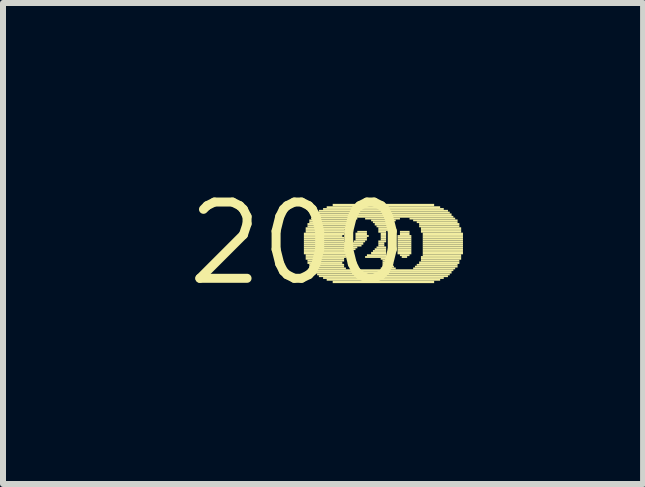
<source format=kicad_pcb>
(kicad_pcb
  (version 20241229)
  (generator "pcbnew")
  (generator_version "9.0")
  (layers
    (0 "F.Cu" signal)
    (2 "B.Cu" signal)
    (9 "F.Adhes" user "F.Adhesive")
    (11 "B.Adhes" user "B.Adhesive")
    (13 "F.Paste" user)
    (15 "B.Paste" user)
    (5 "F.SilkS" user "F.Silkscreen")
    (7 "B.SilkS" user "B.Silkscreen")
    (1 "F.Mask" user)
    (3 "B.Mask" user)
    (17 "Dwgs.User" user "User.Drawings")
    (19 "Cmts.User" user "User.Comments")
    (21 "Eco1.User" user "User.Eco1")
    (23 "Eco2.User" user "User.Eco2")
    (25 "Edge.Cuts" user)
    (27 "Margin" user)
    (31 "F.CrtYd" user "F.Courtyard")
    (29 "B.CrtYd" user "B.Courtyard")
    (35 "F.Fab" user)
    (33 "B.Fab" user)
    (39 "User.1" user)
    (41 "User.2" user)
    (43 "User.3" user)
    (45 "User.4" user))
  (footprint "200"
    (layer "F.Cu")
    (at 1.912 1.006)
    (property "Reference" "200" (at 0 0 0) (layer "F.SilkS") (effects (font (size 1.27 1.27) (thickness 0.15))))
    (fp_poly (pts (xy 0.1 -0.14) (xy 0.77 -0.14) (xy 0.77 -0.18) (xy 0.1 -0.18)) (stroke (width 0) (type default)) (fill yes) (layer "F.SilkS"))
    (fp_poly (pts (xy 0.1 -0.11) (xy 0.74 -0.11) (xy 0.74 -0.14) (xy 0.1 -0.14)) (stroke (width 0) (type default)) (fill yes) (layer "F.SilkS"))
    (fp_poly (pts (xy 0.1 -0.08) (xy 0.77 -0.08) (xy 0.77 -0.11) (xy 0.1 -0.11)) (stroke (width 0) (type default)) (fill yes) (layer "F.SilkS"))
    (fp_poly (pts (xy 0.1 -0.05) (xy 0.77 -0.05) (xy 0.77 -0.08) (xy 0.1 -0.08)) (stroke (width 0) (type default)) (fill yes) (layer "F.SilkS"))
    (fp_poly (pts (xy 0.1 -0.02) (xy 0.77 -0.02) (xy 0.77 -0.05) (xy 0.1 -0.05)) (stroke (width 0) (type default)) (fill yes) (layer "F.SilkS"))
    (fp_poly (pts (xy 0.1 0.02) (xy 1.09 0.02) (xy 1.09 -0.02) (xy 0.1 -0.02)) (stroke (width 0) (type default)) (fill yes) (layer "F.SilkS"))
    (fp_poly (pts (xy 0.1 0.05) (xy 1.06 0.05) (xy 1.06 0.02) (xy 0.1 0.02)) (stroke (width 0) (type default)) (fill yes) (layer "F.SilkS"))
    (fp_poly (pts (xy 0.1 0.08) (xy 0.99 0.08) (xy 0.99 0.05) (xy 0.1 0.05)) (stroke (width 0) (type default)) (fill yes) (layer "F.SilkS"))
    (fp_poly (pts (xy 0.1 0.11) (xy 0.96 0.11) (xy 0.96 0.08) (xy 0.1 0.08)) (stroke (width 0) (type default)) (fill yes) (layer "F.SilkS"))
    (fp_poly (pts (xy 0.1 0.14) (xy 0.9 0.14) (xy 0.9 0.11) (xy 0.1 0.11)) (stroke (width 0) (type default)) (fill yes) (layer "F.SilkS"))
    (fp_poly (pts (xy 0.1 0.18) (xy 0.86 0.18) (xy 0.86 0.14) (xy 0.1 0.14)) (stroke (width 0) (type default)) (fill yes) (layer "F.SilkS"))
    (fp_poly (pts (xy 0.13 -0.24) (xy 0.8 -0.24) (xy 0.8 -0.27) (xy 0.13 -0.27)) (stroke (width 0) (type default)) (fill yes) (layer "F.SilkS"))
    (fp_poly (pts (xy 0.13 -0.21) (xy 0.77 -0.21) (xy 0.77 -0.24) (xy 0.13 -0.24)) (stroke (width 0) (type default)) (fill yes) (layer "F.SilkS"))
    (fp_poly (pts (xy 0.13 -0.18) (xy 0.77 -0.18) (xy 0.77 -0.21) (xy 0.13 -0.21)) (stroke (width 0) (type default)) (fill yes) (layer "F.SilkS"))
    (fp_poly (pts (xy 0.13 0.21) (xy 0.83 0.21) (xy 0.83 0.18) (xy 0.13 0.18)) (stroke (width 0) (type default)) (fill yes) (layer "F.SilkS"))
    (fp_poly (pts (xy 0.13 0.24) (xy 0.8 0.24) (xy 0.8 0.21) (xy 0.13 0.21)) (stroke (width 0) (type default)) (fill yes) (layer "F.SilkS"))
    (fp_poly (pts (xy 0.13 0.27) (xy 0.77 0.27) (xy 0.77 0.24) (xy 0.13 0.24)) (stroke (width 0) (type default)) (fill yes) (layer "F.SilkS"))
    (fp_poly (pts (xy 0.16 -0.3) (xy 0.83 -0.3) (xy 0.83 -0.34) (xy 0.16 -0.34)) (stroke (width 0) (type default)) (fill yes) (layer "F.SilkS"))
    (fp_poly (pts (xy 0.16 -0.27) (xy 0.8 -0.27) (xy 0.8 -0.3) (xy 0.16 -0.3)) (stroke (width 0) (type default)) (fill yes) (layer "F.SilkS"))
    (fp_poly (pts (xy 0.16 0.3) (xy 0.77 0.3) (xy 0.77 0.27) (xy 0.16 0.27)) (stroke (width 0) (type default)) (fill yes) (layer "F.SilkS"))
    (fp_poly (pts (xy 0.16 0.34) (xy 0.74 0.34) (xy 0.74 0.3) (xy 0.16 0.3)) (stroke (width 0) (type default)) (fill yes) (layer "F.SilkS"))
    (fp_poly (pts (xy 0.19 -0.37) (xy 0.9 -0.37) (xy 0.9 -0.4) (xy 0.19 -0.4)) (stroke (width 0) (type default)) (fill yes) (layer "F.SilkS"))
    (fp_poly (pts (xy 0.19 -0.34) (xy 0.86 -0.34) (xy 0.86 -0.37) (xy 0.19 -0.37)) (stroke (width 0) (type default)) (fill yes) (layer "F.SilkS"))
    (fp_poly (pts (xy 0.19 0.37) (xy 0.77 0.37) (xy 0.77 0.34) (xy 0.19 0.34)) (stroke (width 0) (type default)) (fill yes) (layer "F.SilkS"))
    (fp_poly (pts (xy 0.19 0.4) (xy 0.77 0.4) (xy 0.77 0.37) (xy 0.19 0.37)) (stroke (width 0) (type default)) (fill yes) (layer "F.SilkS"))
    (fp_poly (pts (xy 0.22 -0.4) (xy 0.99 -0.4) (xy 0.99 -0.43) (xy 0.22 -0.43)) (stroke (width 0) (type default)) (fill yes) (layer "F.SilkS"))
    (fp_poly (pts (xy 0.22 0.43) (xy 0.8 0.43) (xy 0.8 0.4) (xy 0.22 0.4)) (stroke (width 0) (type default)) (fill yes) (layer "F.SilkS"))
    (fp_poly (pts (xy 0.26 -0.43) (xy 2.59 -0.43) (xy 2.59 -0.46) (xy 0.26 -0.46)) (stroke (width 0) (type default)) (fill yes) (layer "F.SilkS"))
    (fp_poly (pts (xy 0.26 0.46) (xy 2.59 0.46) (xy 2.59 0.43) (xy 0.26 0.43)) (stroke (width 0) (type default)) (fill yes) (layer "F.SilkS"))
    (fp_poly (pts (xy 0.29 -0.46) (xy 2.56 -0.46) (xy 2.56 -0.5) (xy 0.29 -0.5)) (stroke (width 0) (type default)) (fill yes) (layer "F.SilkS"))
    (fp_poly (pts (xy 0.29 0.5) (xy 2.56 0.5) (xy 2.56 0.46) (xy 0.29 0.46)) (stroke (width 0) (type default)) (fill yes) (layer "F.SilkS"))
    (fp_poly (pts (xy 0.32 -0.5) (xy 2.53 -0.5) (xy 2.53 -0.53) (xy 0.32 -0.53)) (stroke (width 0) (type default)) (fill yes) (layer "F.SilkS"))
    (fp_poly (pts (xy 0.32 0.53) (xy 2.53 0.53) (xy 2.53 0.5) (xy 0.32 0.5)) (stroke (width 0) (type default)) (fill yes) (layer "F.SilkS"))
    (fp_poly (pts (xy 0.35 -0.53) (xy 2.5 -0.53) (xy 2.5 -0.56) (xy 0.35 -0.56)) (stroke (width 0) (type default)) (fill yes) (layer "F.SilkS"))
    (fp_poly (pts (xy 0.35 0.56) (xy 2.5 0.56) (xy 2.5 0.53) (xy 0.35 0.53)) (stroke (width 0) (type default)) (fill yes) (layer "F.SilkS"))
    (fp_poly (pts (xy 0.42 -0.56) (xy 2.43 -0.56) (xy 2.43 -0.59) (xy 0.42 -0.59)) (stroke (width 0) (type default)) (fill yes) (layer "F.SilkS"))
    (fp_poly (pts (xy 0.42 0.59) (xy 2.43 0.59) (xy 2.43 0.56) (xy 0.42 0.56)) (stroke (width 0) (type default)) (fill yes) (layer "F.SilkS"))
    (fp_poly (pts (xy 0.48 -0.59) (xy 2.37 -0.59) (xy 2.37 -0.62) (xy 0.48 -0.62)) (stroke (width 0) (type default)) (fill yes) (layer "F.SilkS"))
    (fp_poly (pts (xy 0.48 0.62) (xy 2.37 0.62) (xy 2.37 0.59) (xy 0.48 0.59)) (stroke (width 0) (type default)) (fill yes) (layer "F.SilkS"))
    (fp_poly (pts (xy 0.58 -0.62) (xy 2.27 -0.62) (xy 2.27 -0.66) (xy 0.58 -0.66)) (stroke (width 0) (type default)) (fill yes) (layer "F.SilkS"))
    (fp_poly (pts (xy 0.58 0.66) (xy 2.27 0.66) (xy 2.27 0.62) (xy 0.58 0.62)) (stroke (width 0) (type default)) (fill yes) (layer "F.SilkS"))
    (fp_poly (pts (xy 0.93 -0.02) (xy 1.12 -0.02) (xy 1.12 -0.05) (xy 0.93 -0.05)) (stroke (width 0) (type default)) (fill yes) (layer "F.SilkS"))
    (fp_poly (pts (xy 0.96 -0.14) (xy 1.15 -0.14) (xy 1.15 -0.18) (xy 0.96 -0.18)) (stroke (width 0) (type default)) (fill yes) (layer "F.SilkS"))
    (fp_poly (pts (xy 0.96 -0.11) (xy 1.18 -0.11) (xy 1.18 -0.14) (xy 0.96 -0.14)) (stroke (width 0) (type default)) (fill yes) (layer "F.SilkS"))
    (fp_poly (pts (xy 0.96 -0.08) (xy 1.15 -0.08) (xy 1.15 -0.11) (xy 0.96 -0.11)) (stroke (width 0) (type default)) (fill yes) (layer "F.SilkS"))
    (fp_poly (pts (xy 0.96 -0.05) (xy 1.15 -0.05) (xy 1.15 -0.08) (xy 0.96 -0.08)) (stroke (width 0) (type default)) (fill yes) (layer "F.SilkS"))
    (fp_poly (pts (xy 0.99 -0.18) (xy 1.15 -0.18) (xy 1.15 -0.21) (xy 0.99 -0.21)) (stroke (width 0) (type default)) (fill yes) (layer "F.SilkS"))
    (fp_poly (pts (xy 1.12 -0.4) (xy 1.7 -0.4) (xy 1.7 -0.43) (xy 1.12 -0.43)) (stroke (width 0) (type default)) (fill yes) (layer "F.SilkS"))
    (fp_poly (pts (xy 1.12 0.24) (xy 1.47 0.24) (xy 1.47 0.21) (xy 1.12 0.21)) (stroke (width 0) (type default)) (fill yes) (layer "F.SilkS"))
    (fp_poly (pts (xy 1.15 0.21) (xy 1.47 0.21) (xy 1.47 0.18) (xy 1.15 0.18)) (stroke (width 0) (type default)) (fill yes) (layer "F.SilkS"))
    (fp_poly (pts (xy 1.22 -0.37) (xy 1.63 -0.37) (xy 1.63 -0.4) (xy 1.22 -0.4)) (stroke (width 0) (type default)) (fill yes) (layer "F.SilkS"))
    (fp_poly (pts (xy 1.22 0.18) (xy 1.47 0.18) (xy 1.47 0.14) (xy 1.22 0.14)) (stroke (width 0) (type default)) (fill yes) (layer "F.SilkS"))
    (fp_poly (pts (xy 1.25 -0.34) (xy 1.57 -0.34) (xy 1.57 -0.37) (xy 1.25 -0.37)) (stroke (width 0) (type default)) (fill yes) (layer "F.SilkS"))
    (fp_poly (pts (xy 1.25 0.14) (xy 1.47 0.14) (xy 1.47 0.11) (xy 1.25 0.11)) (stroke (width 0) (type default)) (fill yes) (layer "F.SilkS"))
    (fp_poly (pts (xy 1.28 -0.3) (xy 1.54 -0.3) (xy 1.54 -0.34) (xy 1.28 -0.34)) (stroke (width 0) (type default)) (fill yes) (layer "F.SilkS"))
    (fp_poly (pts (xy 1.28 0.11) (xy 1.47 0.11) (xy 1.47 0.08) (xy 1.28 0.08)) (stroke (width 0) (type default)) (fill yes) (layer "F.SilkS"))
    (fp_poly (pts (xy 1.31 -0.27) (xy 1.54 -0.27) (xy 1.54 -0.3) (xy 1.31 -0.3)) (stroke (width 0) (type default)) (fill yes) (layer "F.SilkS"))
    (fp_poly (pts (xy 1.31 0.08) (xy 1.47 0.08) (xy 1.47 0.05) (xy 1.31 0.05)) (stroke (width 0) (type default)) (fill yes) (layer "F.SilkS"))
    (fp_poly (pts (xy 1.34 -0.24) (xy 1.5 -0.24) (xy 1.5 -0.27) (xy 1.34 -0.27)) (stroke (width 0) (type default)) (fill yes) (layer "F.SilkS"))
    (fp_poly (pts (xy 1.34 -0.21) (xy 1.5 -0.21) (xy 1.5 -0.24) (xy 1.34 -0.24)) (stroke (width 0) (type default)) (fill yes) (layer "F.SilkS"))
    (fp_poly (pts (xy 1.34 -0.18) (xy 1.47 -0.18) (xy 1.47 -0.21) (xy 1.34 -0.21)) (stroke (width 0) (type default)) (fill yes) (layer "F.SilkS"))
    (fp_poly (pts (xy 1.34 -0.02) (xy 1.47 -0.02) (xy 1.47 -0.05) (xy 1.34 -0.05)) (stroke (width 0) (type default)) (fill yes) (layer "F.SilkS"))
    (fp_poly (pts (xy 1.34 0.02) (xy 1.44 0.02) (xy 1.44 -0.02) (xy 1.34 -0.02)) (stroke (width 0) (type default)) (fill yes) (layer "F.SilkS"))
    (fp_poly (pts (xy 1.34 0.05) (xy 1.44 0.05) (xy 1.44 0.02) (xy 1.34 0.02)) (stroke (width 0) (type default)) (fill yes) (layer "F.SilkS"))
    (fp_poly (pts (xy 1.38 -0.14) (xy 1.47 -0.14) (xy 1.47 -0.18) (xy 1.38 -0.18)) (stroke (width 0) (type default)) (fill yes) (layer "F.SilkS"))
    (fp_poly (pts (xy 1.38 -0.11) (xy 1.47 -0.11) (xy 1.47 -0.14) (xy 1.38 -0.14)) (stroke (width 0) (type default)) (fill yes) (layer "F.SilkS"))
    (fp_poly (pts (xy 1.38 -0.08) (xy 1.47 -0.08) (xy 1.47 -0.11) (xy 1.38 -0.11)) (stroke (width 0) (type default)) (fill yes) (layer "F.SilkS"))
    (fp_poly (pts (xy 1.38 -0.05) (xy 1.47 -0.05) (xy 1.47 -0.08) (xy 1.38 -0.08)) (stroke (width 0) (type default)) (fill yes) (layer "F.SilkS"))
    (fp_poly (pts (xy 1.38 0.27) (xy 1.5 0.27) (xy 1.5 0.24) (xy 1.38 0.24)) (stroke (width 0) (type default)) (fill yes) (layer "F.SilkS"))
    (fp_poly (pts (xy 1.38 0.43) (xy 1.63 0.43) (xy 1.63 0.4) (xy 1.38 0.4)) (stroke (width 0) (type default)) (fill yes) (layer "F.SilkS"))
    (fp_poly (pts (xy 1.41 0.3) (xy 1.5 0.3) (xy 1.5 0.27) (xy 1.41 0.27)) (stroke (width 0) (type default)) (fill yes) (layer "F.SilkS"))
    (fp_poly (pts (xy 1.41 0.34) (xy 1.54 0.34) (xy 1.54 0.3) (xy 1.41 0.3)) (stroke (width 0) (type default)) (fill yes) (layer "F.SilkS"))
    (fp_poly (pts (xy 1.41 0.37) (xy 1.57 0.37) (xy 1.57 0.34) (xy 1.41 0.34)) (stroke (width 0) (type default)) (fill yes) (layer "F.SilkS"))
    (fp_poly (pts (xy 1.41 0.4) (xy 1.6 0.4) (xy 1.6 0.37) (xy 1.41 0.37)) (stroke (width 0) (type default)) (fill yes) (layer "F.SilkS"))
    (fp_poly (pts (xy 1.66 -0.11) (xy 1.89 -0.11) (xy 1.89 -0.14) (xy 1.66 -0.14)) (stroke (width 0) (type default)) (fill yes) (layer "F.SilkS"))
    (fp_poly (pts (xy 1.66 -0.08) (xy 1.89 -0.08) (xy 1.89 -0.11) (xy 1.66 -0.11)) (stroke (width 0) (type default)) (fill yes) (layer "F.SilkS"))
    (fp_poly (pts (xy 1.66 -0.05) (xy 1.89 -0.05) (xy 1.89 -0.08) (xy 1.66 -0.08)) (stroke (width 0) (type default)) (fill yes) (layer "F.SilkS"))
    (fp_poly (pts (xy 1.66 -0.02) (xy 1.89 -0.02) (xy 1.89 -0.05) (xy 1.66 -0.05)) (stroke (width 0) (type default)) (fill yes) (layer "F.SilkS"))
    (fp_poly (pts (xy 1.66 0.02) (xy 1.89 0.02) (xy 1.89 -0.02) (xy 1.66 -0.02)) (stroke (width 0) (type default)) (fill yes) (layer "F.SilkS"))
    (fp_poly (pts (xy 1.66 0.05) (xy 1.89 0.05) (xy 1.89 0.02) (xy 1.66 0.02)) (stroke (width 0) (type default)) (fill yes) (layer "F.SilkS"))
    (fp_poly (pts (xy 1.66 0.08) (xy 1.89 0.08) (xy 1.89 0.05) (xy 1.66 0.05)) (stroke (width 0) (type default)) (fill yes) (layer "F.SilkS"))
    (fp_poly (pts (xy 1.66 0.11) (xy 1.89 0.11) (xy 1.89 0.08) (xy 1.66 0.08)) (stroke (width 0) (type default)) (fill yes) (layer "F.SilkS"))
    (fp_poly (pts (xy 1.66 0.14) (xy 1.89 0.14) (xy 1.89 0.11) (xy 1.66 0.11)) (stroke (width 0) (type default)) (fill yes) (layer "F.SilkS"))
    (fp_poly (pts (xy 1.66 0.18) (xy 1.89 0.18) (xy 1.89 0.14) (xy 1.66 0.14)) (stroke (width 0) (type default)) (fill yes) (layer "F.SilkS"))
    (fp_poly (pts (xy 1.7 -0.18) (xy 1.86 -0.18) (xy 1.86 -0.21) (xy 1.7 -0.21)) (stroke (width 0) (type default)) (fill yes) (layer "F.SilkS"))
    (fp_poly (pts (xy 1.7 -0.14) (xy 1.86 -0.14) (xy 1.86 -0.18) (xy 1.7 -0.18)) (stroke (width 0) (type default)) (fill yes) (layer "F.SilkS"))
    (fp_poly (pts (xy 1.7 0.21) (xy 1.86 0.21) (xy 1.86 0.18) (xy 1.7 0.18)) (stroke (width 0) (type default)) (fill yes) (layer "F.SilkS"))
    (fp_poly (pts (xy 1.73 0.24) (xy 1.82 0.24) (xy 1.82 0.21) (xy 1.73 0.21)) (stroke (width 0) (type default)) (fill yes) (layer "F.SilkS"))
    (fp_poly (pts (xy 1.86 -0.4) (xy 2.62 -0.4) (xy 2.62 -0.43) (xy 1.86 -0.43)) (stroke (width 0) (type default)) (fill yes) (layer "F.SilkS"))
    (fp_poly (pts (xy 1.92 -0.37) (xy 2.66 -0.37) (xy 2.66 -0.4) (xy 1.92 -0.4)) (stroke (width 0) (type default)) (fill yes) (layer "F.SilkS"))
    (fp_poly (pts (xy 1.92 0.43) (xy 2.62 0.43) (xy 2.62 0.4) (xy 1.92 0.4)) (stroke (width 0) (type default)) (fill yes) (layer "F.SilkS"))
    (fp_poly (pts (xy 1.95 0.4) (xy 2.66 0.4) (xy 2.66 0.37) (xy 1.95 0.37)) (stroke (width 0) (type default)) (fill yes) (layer "F.SilkS"))
    (fp_poly (pts (xy 1.98 -0.34) (xy 2.66 -0.34) (xy 2.66 -0.37) (xy 1.98 -0.37)) (stroke (width 0) (type default)) (fill yes) (layer "F.SilkS"))
    (fp_poly (pts (xy 1.98 0.37) (xy 2.66 0.37) (xy 2.66 0.34) (xy 1.98 0.34)) (stroke (width 0) (type default)) (fill yes) (layer "F.SilkS"))
    (fp_poly (pts (xy 2.02 -0.3) (xy 2.69 -0.3) (xy 2.69 -0.34) (xy 2.02 -0.34)) (stroke (width 0) (type default)) (fill yes) (layer "F.SilkS"))
    (fp_poly (pts (xy 2.02 -0.27) (xy 2.69 -0.27) (xy 2.69 -0.3) (xy 2.02 -0.3)) (stroke (width 0) (type default)) (fill yes) (layer "F.SilkS"))
    (fp_poly (pts (xy 2.02 0.34) (xy 2.69 0.34) (xy 2.69 0.3) (xy 2.02 0.3)) (stroke (width 0) (type default)) (fill yes) (layer "F.SilkS"))
    (fp_poly (pts (xy 2.05 -0.24) (xy 2.72 -0.24) (xy 2.72 -0.27) (xy 2.05 -0.27)) (stroke (width 0) (type default)) (fill yes) (layer "F.SilkS"))
    (fp_poly (pts (xy 2.05 -0.21) (xy 2.72 -0.21) (xy 2.72 -0.24) (xy 2.05 -0.24)) (stroke (width 0) (type default)) (fill yes) (layer "F.SilkS"))
    (fp_poly (pts (xy 2.05 -0.18) (xy 2.72 -0.18) (xy 2.72 -0.21) (xy 2.05 -0.21)) (stroke (width 0) (type default)) (fill yes) (layer "F.SilkS"))
    (fp_poly (pts (xy 2.05 0.24) (xy 2.72 0.24) (xy 2.72 0.21) (xy 2.05 0.21)) (stroke (width 0) (type default)) (fill yes) (layer "F.SilkS"))
    (fp_poly (pts (xy 2.05 0.27) (xy 2.72 0.27) (xy 2.72 0.24) (xy 2.05 0.24)) (stroke (width 0) (type default)) (fill yes) (layer "F.SilkS"))
    (fp_poly (pts (xy 2.05 0.3) (xy 2.69 0.3) (xy 2.69 0.27) (xy 2.05 0.27)) (stroke (width 0) (type default)) (fill yes) (layer "F.SilkS"))
    (fp_poly (pts (xy 2.08 -0.14) (xy 2.75 -0.14) (xy 2.75 -0.18) (xy 2.08 -0.18)) (stroke (width 0) (type default)) (fill yes) (layer "F.SilkS"))
    (fp_poly (pts (xy 2.08 -0.11) (xy 2.75 -0.11) (xy 2.75 -0.14) (xy 2.08 -0.14)) (stroke (width 0) (type default)) (fill yes) (layer "F.SilkS"))
    (fp_poly (pts (xy 2.08 -0.08) (xy 2.75 -0.08) (xy 2.75 -0.11) (xy 2.08 -0.11)) (stroke (width 0) (type default)) (fill yes) (layer "F.SilkS"))
    (fp_poly (pts (xy 2.08 -0.05) (xy 2.75 -0.05) (xy 2.75 -0.08) (xy 2.08 -0.08)) (stroke (width 0) (type default)) (fill yes) (layer "F.SilkS"))
    (fp_poly (pts (xy 2.08 -0.02) (xy 2.75 -0.02) (xy 2.75 -0.05) (xy 2.08 -0.05)) (stroke (width 0) (type default)) (fill yes) (layer "F.SilkS"))
    (fp_poly (pts (xy 2.08 0.02) (xy 2.75 0.02) (xy 2.75 -0.02) (xy 2.08 -0.02)) (stroke (width 0) (type default)) (fill yes) (layer "F.SilkS"))
    (fp_poly (pts (xy 2.08 0.05) (xy 2.75 0.05) (xy 2.75 0.02) (xy 2.08 0.02)) (stroke (width 0) (type default)) (fill yes) (layer "F.SilkS"))
    (fp_poly (pts (xy 2.08 0.08) (xy 2.75 0.08) (xy 2.75 0.05) (xy 2.08 0.05)) (stroke (width 0) (type default)) (fill yes) (layer "F.SilkS"))
    (fp_poly (pts (xy 2.08 0.11) (xy 2.75 0.11) (xy 2.75 0.08) (xy 2.08 0.08)) (stroke (width 0) (type default)) (fill yes) (layer "F.SilkS"))
    (fp_poly (pts (xy 2.08 0.14) (xy 2.75 0.14) (xy 2.75 0.11) (xy 2.08 0.11)) (stroke (width 0) (type default)) (fill yes) (layer "F.SilkS"))
    (fp_poly (pts (xy 2.08 0.18) (xy 2.75 0.18) (xy 2.75 0.14) (xy 2.08 0.14)) (stroke (width 0) (type default)) (fill yes) (layer "F.SilkS"))
    (fp_poly (pts (xy 2.08 0.21) (xy 2.72 0.21) (xy 2.72 0.18) (xy 2.08 0.18)) (stroke (width 0) (type default)) (fill yes) (layer "F.SilkS")))
  (gr_rect
    (start -3 -3)
    (end 7.662 5.012)
    (stroke (width 0.1) (type default))
    (fill no)
    (layer "Edge.Cuts")))
</source>
